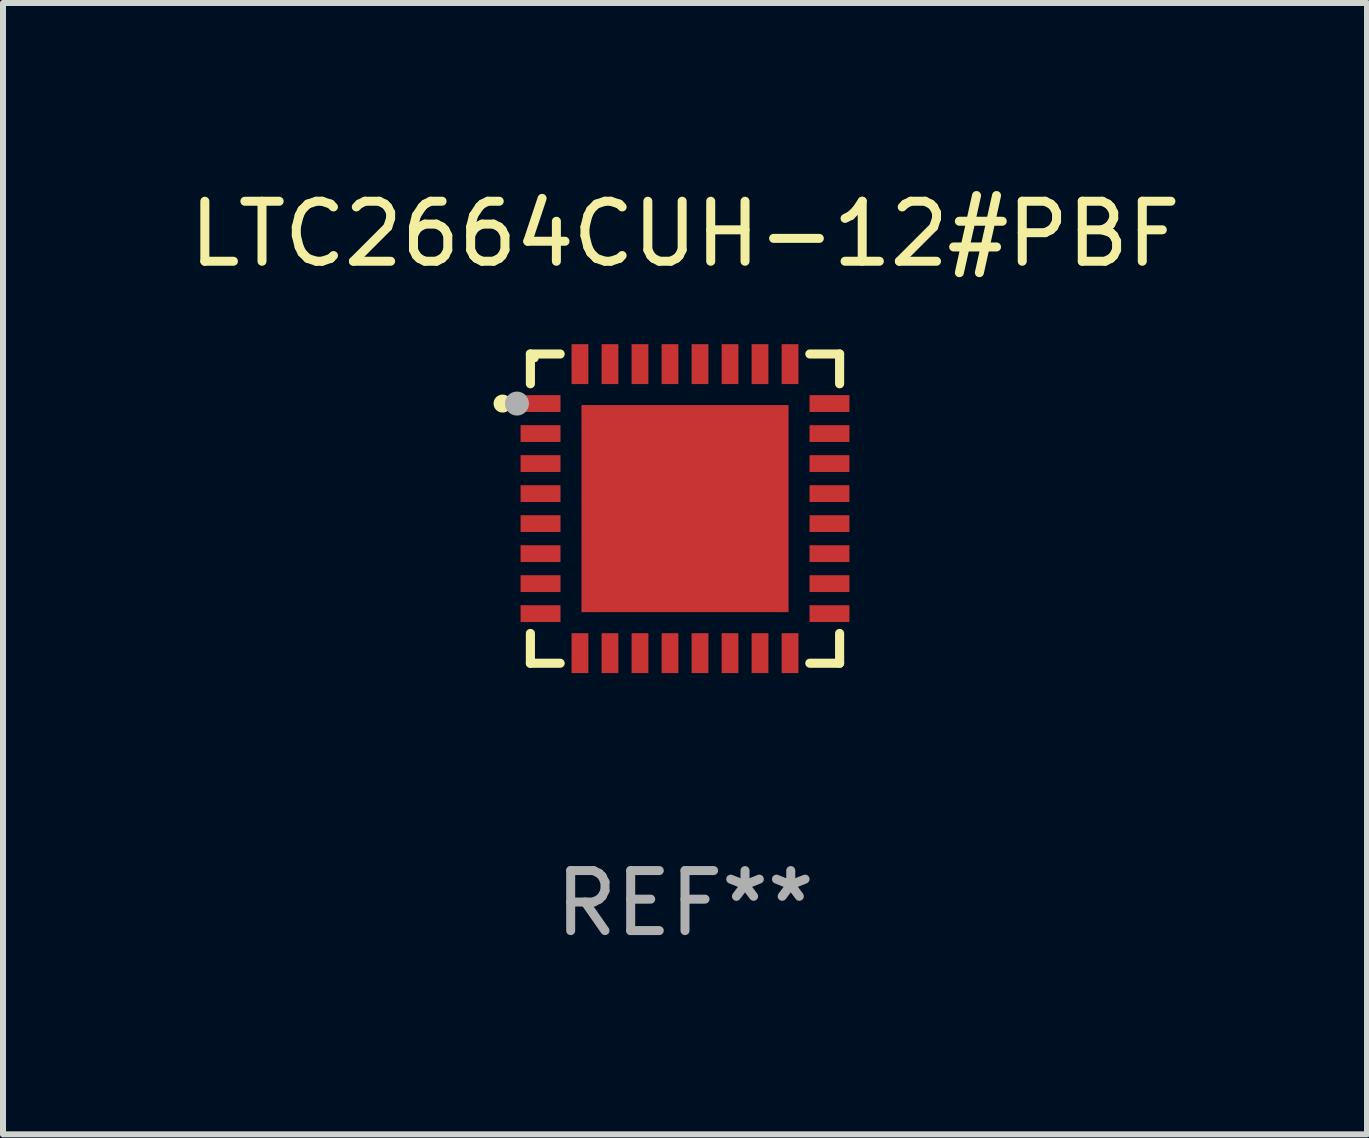
<source format=kicad_pcb>
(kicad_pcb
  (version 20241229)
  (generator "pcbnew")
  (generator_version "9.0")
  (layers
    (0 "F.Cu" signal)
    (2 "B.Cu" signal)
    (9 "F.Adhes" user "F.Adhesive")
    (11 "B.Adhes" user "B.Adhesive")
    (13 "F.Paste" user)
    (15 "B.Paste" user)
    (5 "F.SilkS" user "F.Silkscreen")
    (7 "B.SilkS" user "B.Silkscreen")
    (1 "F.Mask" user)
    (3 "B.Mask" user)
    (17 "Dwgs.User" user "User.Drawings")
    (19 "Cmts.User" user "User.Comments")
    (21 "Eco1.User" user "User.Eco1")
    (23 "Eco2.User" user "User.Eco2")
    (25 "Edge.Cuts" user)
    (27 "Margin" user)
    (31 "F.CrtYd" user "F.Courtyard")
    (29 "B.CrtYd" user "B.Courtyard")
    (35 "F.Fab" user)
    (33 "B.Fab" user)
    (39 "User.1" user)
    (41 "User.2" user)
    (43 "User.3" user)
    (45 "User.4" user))
  (footprint "LTC2664CUH-12#PBF"
    (layer "F.Cu")
    (at 8.363 5.424)
    (property "Reference" "LTC2664CUH-12#PBF" (at 0 -4.576 0) (layer "F.SilkS") (effects (font (size 1 1) (thickness 0.15))))
    (attr through_hole)
    (fp_line (start -2.576 -2.576) (end -2.576 -2.08) (stroke (width 0.152) (type solid)) (layer "F.SilkS"))
    (fp_line (start -2.576 2.576) (end -2.576 2.08) (stroke (width 0.152) (type solid)) (layer "F.SilkS"))
    (fp_line (start -2.08 -2.576) (end -2.576 -2.576) (stroke (width 0.152) (type solid)) (layer "F.SilkS"))
    (fp_line (start -2.08 2.576) (end -2.576 2.576) (stroke (width 0.152) (type solid)) (layer "F.SilkS"))
    (fp_line (start 2.08 -2.576) (end 2.576 -2.576) (stroke (width 0.152) (type solid)) (layer "F.SilkS"))
    (fp_line (start 2.08 2.576) (end 2.576 2.576) (stroke (width 0.152) (type solid)) (layer "F.SilkS"))
    (fp_line (start 2.576 -2.576) (end 2.576 -2.08) (stroke (width 0.152) (type solid)) (layer "F.SilkS"))
    (fp_line (start 2.576 2.576) (end 2.576 2.08) (stroke (width 0.152) (type solid)) (layer "F.SilkS"))
    (fp_circle (center -3.04 -1.75) (end -2.965 -1.75) (stroke (width 0.15) (type solid)) (fill no) (layer "F.SilkS"))
    (fp_circle (center -2.5 -2.5) (end -2.47 -2.5) (stroke (width 0.06) (type solid)) (fill no) (layer "F.SilkS"))
    (fp_circle (center -2.8 -1.75) (end -2.7 -1.75) (stroke (width 0.2) (type solid)) (fill no) (layer "F.Fab"))
    (fp_text user "REF**" (at 0 6.576 0) (layer "F.Fab") (effects (font (size 1 1) (thickness 0.15))))
    (pad "1" smd rect (at -2.407 -1.75) (size 0.665 0.28) (layers "F.Cu" "F.Mask" "F.Paste"))
    (pad "2" smd rect (at -2.407 -1.25) (size 0.665 0.28) (layers "F.Cu" "F.Mask" "F.Paste"))
    (pad "3" smd rect (at -2.407 -0.75) (size 0.665 0.28) (layers "F.Cu" "F.Mask" "F.Paste"))
    (pad "4" smd rect (at -2.407 -0.25) (size 0.665 0.28) (layers "F.Cu" "F.Mask" "F.Paste"))
    (pad "5" smd rect (at -2.407 0.25) (size 0.665 0.28) (layers "F.Cu" "F.Mask" "F.Paste"))
    (pad "6" smd rect (at -2.407 0.75) (size 0.665 0.28) (layers "F.Cu" "F.Mask" "F.Paste"))
    (pad "7" smd rect (at -2.407 1.25) (size 0.665 0.28) (layers "F.Cu" "F.Mask" "F.Paste"))
    (pad "8" smd rect (at -2.407 1.75) (size 0.665 0.28) (layers "F.Cu" "F.Mask" "F.Paste"))
    (pad "9" smd rect (at -1.75 2.408) (size 0.28 0.665) (layers "F.Cu" "F.Mask" "F.Paste"))
    (pad "10" smd rect (at -1.25 2.408) (size 0.28 0.665) (layers "F.Cu" "F.Mask" "F.Paste"))
    (pad "11" smd rect (at -0.75 2.408) (size 0.28 0.665) (layers "F.Cu" "F.Mask" "F.Paste"))
    (pad "12" smd rect (at -0.25 2.408) (size 0.28 0.665) (layers "F.Cu" "F.Mask" "F.Paste"))
    (pad "13" smd rect (at 0.25 2.408) (size 0.28 0.665) (layers "F.Cu" "F.Mask" "F.Paste"))
    (pad "14" smd rect (at 0.75 2.408) (size 0.28 0.665) (layers "F.Cu" "F.Mask" "F.Paste"))
    (pad "15" smd rect (at 1.25 2.408) (size 0.28 0.665) (layers "F.Cu" "F.Mask" "F.Paste"))
    (pad "16" smd rect (at 1.75 2.408) (size 0.28 0.665) (layers "F.Cu" "F.Mask" "F.Paste"))
    (pad "17" smd rect (at 2.407 1.75) (size 0.665 0.28) (layers "F.Cu" "F.Mask" "F.Paste"))
    (pad "18" smd rect (at 2.407 1.25) (size 0.665 0.28) (layers "F.Cu" "F.Mask" "F.Paste"))
    (pad "19" smd rect (at 2.407 0.75) (size 0.665 0.28) (layers "F.Cu" "F.Mask" "F.Paste"))
    (pad "20" smd rect (at 2.407 0.25) (size 0.665 0.28) (layers "F.Cu" "F.Mask" "F.Paste"))
    (pad "21" smd rect (at 2.407 -0.25) (size 0.665 0.28) (layers "F.Cu" "F.Mask" "F.Paste"))
    (pad "22" smd rect (at 2.407 -0.75) (size 0.665 0.28) (layers "F.Cu" "F.Mask" "F.Paste"))
    (pad "23" smd rect (at 2.407 -1.25) (size 0.665 0.28) (layers "F.Cu" "F.Mask" "F.Paste"))
    (pad "24" smd rect (at 2.407 -1.75) (size 0.665 0.28) (layers "F.Cu" "F.Mask" "F.Paste"))
    (pad "25" smd rect (at 1.75 -2.407) (size 0.28 0.665) (layers "F.Cu" "F.Mask" "F.Paste"))
    (pad "26" smd rect (at 1.25 -2.407) (size 0.28 0.665) (layers "F.Cu" "F.Mask" "F.Paste"))
    (pad "27" smd rect (at 0.75 -2.407) (size 0.28 0.665) (layers "F.Cu" "F.Mask" "F.Paste"))
    (pad "28" smd rect (at 0.25 -2.407) (size 0.28 0.665) (layers "F.Cu" "F.Mask" "F.Paste"))
    (pad "29" smd rect (at -0.25 -2.407) (size 0.28 0.665) (layers "F.Cu" "F.Mask" "F.Paste"))
    (pad "30" smd rect (at -0.75 -2.407) (size 0.28 0.665) (layers "F.Cu" "F.Mask" "F.Paste"))
    (pad "31" smd rect (at -1.25 -2.407) (size 0.28 0.665) (layers "F.Cu" "F.Mask" "F.Paste"))
    (pad "32" smd rect (at -1.75 -2.407) (size 0.28 0.665) (layers "F.Cu" "F.Mask" "F.Paste"))
    (pad "33" smd rect (at 0.000025 0.000127) (size 3.45 3.45) (layers "F.Cu" "F.Mask" "F.Paste")))
  (gr_rect
    (start -3 -3)
    (end 19.726 15.849)
    (stroke (width 0.1) (type default))
    (fill no)
    (layer "Edge.Cuts")))
</source>
